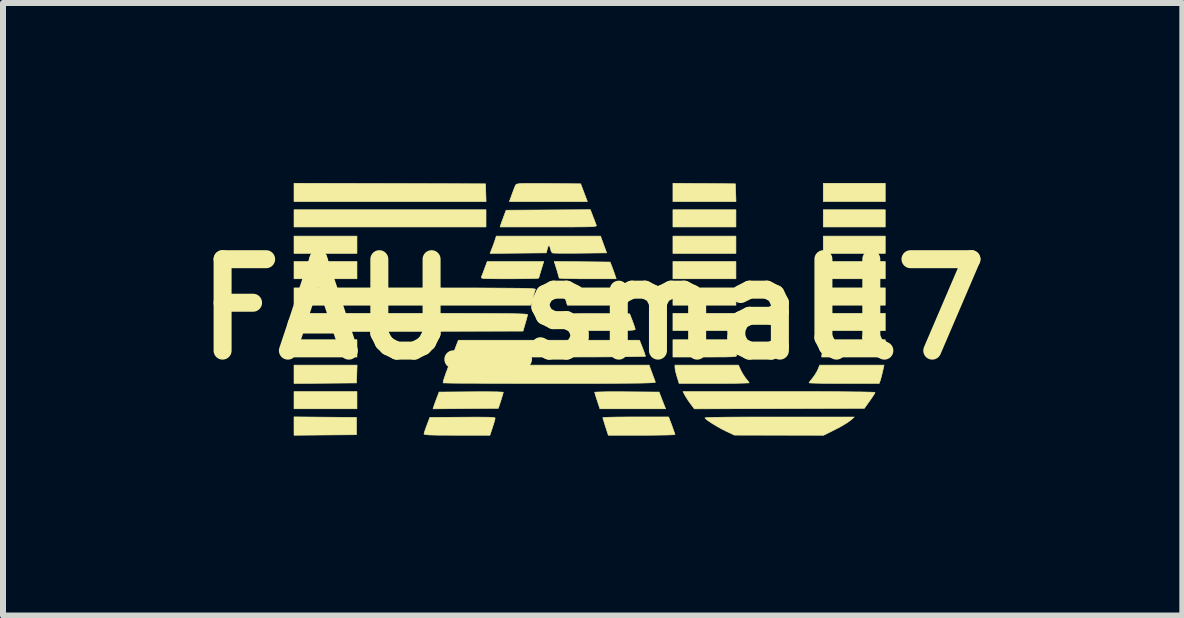
<source format=kicad_pcb>
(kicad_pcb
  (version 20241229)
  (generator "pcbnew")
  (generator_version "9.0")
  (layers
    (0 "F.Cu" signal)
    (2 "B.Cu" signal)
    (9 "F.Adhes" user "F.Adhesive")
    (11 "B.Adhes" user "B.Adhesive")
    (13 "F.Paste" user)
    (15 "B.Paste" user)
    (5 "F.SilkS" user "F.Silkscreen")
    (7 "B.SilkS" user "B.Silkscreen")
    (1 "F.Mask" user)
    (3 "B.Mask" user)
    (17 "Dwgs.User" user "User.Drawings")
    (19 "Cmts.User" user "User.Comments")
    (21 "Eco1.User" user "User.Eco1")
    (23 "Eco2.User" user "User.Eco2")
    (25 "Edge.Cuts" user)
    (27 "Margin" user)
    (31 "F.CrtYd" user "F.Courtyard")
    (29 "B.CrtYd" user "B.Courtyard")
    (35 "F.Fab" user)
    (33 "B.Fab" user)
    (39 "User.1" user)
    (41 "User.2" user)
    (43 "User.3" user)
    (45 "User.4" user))
  (footprint "FAU_small7"
    (layer "F.Cu")
    (at 6.829 2.105)
    (property "Reference" "FAU_small7" (at 0 0 0) (layer "F.SilkS") (effects (font (size 1.524 1.524) (thickness 0.3))))
    (attr through_hole)
    (fp_poly (pts (xy -3.937 1.803) (xy -3.937 2.091) (xy -4.978 2.1) (xy -4.978 1.794) (xy -3.937 1.803)) (stroke (width 0.01) (type solid)) (fill yes) (layer "F.SilkS"))
    (fp_poly (pts (xy -3.929 -0.931) (xy -4.978 -0.931) (xy -4.978 -1.219) (xy -3.929 -1.219) (xy -3.929 -0.931)) (stroke (width 0.01) (type solid)) (fill yes) (layer "F.SilkS"))
    (fp_poly (pts (xy -3.929 -0.508) (xy -4.978 -0.508) (xy -4.978 -0.796) (xy -3.929 -0.796) (xy -3.929 -0.508)) (stroke (width 0.01) (type solid)) (fill yes) (layer "F.SilkS"))
    (fp_poly (pts (xy -3.929 0.796) (xy -4.978 0.796) (xy -4.978 0.508) (xy -3.929 0.508) (xy -3.929 0.796)) (stroke (width 0.01) (type solid)) (fill yes) (layer "F.SilkS"))
    (fp_poly (pts (xy -3.929 1.659) (xy -4.978 1.659) (xy -4.978 1.372) (xy -3.929 1.372) (xy -3.929 1.659)) (stroke (width 0.01) (type solid)) (fill yes) (layer "F.SilkS"))
    (fp_poly (pts (xy -1.778 -1.372) (xy -4.978 -1.372) (xy -4.978 -1.659) (xy -1.778 -1.659) (xy -1.778 -1.372)) (stroke (width 0.01) (type solid)) (fill yes) (layer "F.SilkS"))
    (fp_poly (pts (xy 2.388 -1.372) (xy 1.338 -1.372) (xy 1.338 -1.659) (xy 2.388 -1.659) (xy 2.388 -1.372)) (stroke (width 0.01) (type solid)) (fill yes) (layer "F.SilkS"))
    (fp_poly (pts (xy 2.388 -0.931) (xy 1.338 -0.931) (xy 1.338 -1.219) (xy 2.388 -1.219) (xy 2.388 -0.931)) (stroke (width 0.01) (type solid)) (fill yes) (layer "F.SilkS"))
    (fp_poly (pts (xy 2.388 -0.508) (xy 1.338 -0.508) (xy 1.338 -0.796) (xy 2.388 -0.796) (xy 2.388 -0.508)) (stroke (width 0.01) (type solid)) (fill yes) (layer "F.SilkS"))
    (fp_poly (pts (xy 2.388 -0.068) (xy 1.338 -0.068) (xy 1.338 -0.356) (xy 2.388 -0.356) (xy 2.388 -0.068)) (stroke (width 0.01) (type solid)) (fill yes) (layer "F.SilkS"))
    (fp_poly (pts (xy 2.388 0.356) (xy 1.338 0.356) (xy 1.338 0.068) (xy 2.388 0.068) (xy 2.388 0.356)) (stroke (width 0.01) (type solid)) (fill yes) (layer "F.SilkS"))
    (fp_poly (pts (xy 4.877 -1.795) (xy 3.844 -1.795) (xy 3.844 -2.1) (xy 4.877 -2.1) (xy 4.877 -1.795)) (stroke (width 0.01) (type solid)) (fill yes) (layer "F.SilkS"))
    (fp_poly (pts (xy 4.877 -1.372) (xy 3.844 -1.372) (xy 3.844 -1.659) (xy 4.877 -1.659) (xy 4.877 -1.372)) (stroke (width 0.01) (type solid)) (fill yes) (layer "F.SilkS"))
    (fp_poly (pts (xy 4.877 -0.931) (xy 3.844 -0.931) (xy 3.844 -1.219) (xy 4.877 -1.219) (xy 4.877 -0.931)) (stroke (width 0.01) (type solid)) (fill yes) (layer "F.SilkS"))
    (fp_poly (pts (xy 4.877 -0.508) (xy 3.844 -0.508) (xy 3.844 -0.796) (xy 4.877 -0.796) (xy 4.877 -0.508)) (stroke (width 0.01) (type solid)) (fill yes) (layer "F.SilkS"))
    (fp_poly (pts (xy 4.877 -0.068) (xy 3.844 -0.068) (xy 3.844 -0.356) (xy 4.877 -0.356) (xy 4.877 -0.068)) (stroke (width 0.01) (type solid)) (fill yes) (layer "F.SilkS"))
    (fp_poly (pts (xy 4.877 0.356) (xy 3.844 0.356) (xy 3.844 0.068) (xy 4.877 0.068) (xy 4.877 0.356)) (stroke (width 0.01) (type solid)) (fill yes) (layer "F.SilkS"))
    (fp_poly (pts (xy -3.932 1.079) (xy -3.937 1.228) (xy -4.978 1.237) (xy -4.978 0.931) (xy -3.927 0.931) (xy -3.932 1.079)) (stroke (width 0.01) (type solid)) (fill yes) (layer "F.SilkS"))
    (fp_poly (pts (xy -3.382 -2.096) (xy -1.786 -2.091) (xy -1.777 -1.795) (xy -4.978 -1.795) (xy -4.978 -2.1) (xy -3.382 -2.096)) (stroke (width 0.01) (type solid)) (fill yes) (layer "F.SilkS"))
    (fp_poly (pts (xy 1.858 -2.096) (xy 2.379 -2.091) (xy 2.389 -1.795) (xy 1.338 -1.795) (xy 1.338 -2.1) (xy 1.858 -2.096)) (stroke (width 0.01) (type solid)) (fill yes) (layer "F.SilkS"))
    (fp_poly (pts (xy 0.498 1.375) (xy 0.57 1.376) (xy 1.107 1.38) (xy 1.161 1.52) (xy 1.216 1.659) (xy 0.121 1.659) (xy 0.078 1.528) (xy 0.057 1.466) (xy 0.042 1.416) (xy 0.034 1.387) (xy 0.034 1.384) (xy 0.05 1.381) (xy 0.096 1.379) (xy 0.168 1.377) (xy 0.262 1.375) (xy 0.373 1.375) (xy 0.498 1.375)) (stroke (width 0.01) (type solid)) (fill yes) (layer "F.SilkS"))
    (fp_poly (pts (xy 2.388 0.625) (xy 2.389 0.688) (xy 2.393 0.74) (xy 2.398 0.769) (xy 2.398 0.777) (xy 2.39 0.783) (xy 2.37 0.787) (xy 2.336 0.791) (xy 2.283 0.793) (xy 2.209 0.795) (xy 2.109 0.795) (xy 1.982 0.796) (xy 1.873 0.796) (xy 1.338 0.796) (xy 1.338 0.508) (xy 2.388 0.508) (xy 2.388 0.625)) (stroke (width 0.01) (type solid)) (fill yes) (layer "F.SilkS"))
    (fp_poly (pts (xy 4.877 0.796) (xy 3.817 0.796) (xy 3.829 0.682) (xy 3.836 0.619) (xy 3.841 0.566) (xy 3.843 0.538) (xy 3.845 0.529) (xy 3.854 0.523) (xy 3.872 0.518) (xy 3.903 0.514) (xy 3.951 0.511) (xy 4.02 0.509) (xy 4.112 0.508) (xy 4.232 0.508) (xy 4.36 0.508) (xy 4.877 0.508) (xy 4.877 0.796)) (stroke (width 0.01) (type solid)) (fill yes) (layer "F.SilkS"))
    (fp_poly (pts (xy -0.882 -2.097) (xy -0.734 -2.096) (xy -0.2 -2.091) (xy -0.144 -1.943) (xy -0.088 -1.795) (xy -1.388 -1.795) (xy -1.344 -1.918) (xy -1.321 -1.981) (xy -1.3 -2.035) (xy -1.285 -2.068) (xy -1.284 -2.07) (xy -1.278 -2.079) (xy -1.266 -2.085) (xy -1.245 -2.09) (xy -1.212 -2.094) (xy -1.163 -2.096) (xy -1.094 -2.097) (xy -1.001 -2.097) (xy -0.882 -2.097)) (stroke (width 0.01) (type solid)) (fill yes) (layer "F.SilkS"))
    (fp_poly (pts (xy -1.775 1.375) (xy -1.672 1.376) (xy -1.588 1.377) (xy -1.528 1.38) (xy -1.495 1.382) (xy -1.49 1.384) (xy -1.495 1.405) (xy -1.508 1.45) (xy -1.526 1.509) (xy -1.531 1.524) (xy -1.572 1.651) (xy -2.116 1.655) (xy -2.661 1.66) (xy -2.649 1.622) (xy -2.637 1.586) (xy -2.617 1.531) (xy -2.599 1.482) (xy -2.56 1.38) (xy -2.025 1.376) (xy -1.895 1.375) (xy -1.775 1.375)) (stroke (width 0.01) (type solid)) (fill yes) (layer "F.SilkS"))
    (fp_poly (pts (xy -0.175 -0.792) (xy 0.291 -0.787) (xy 0.33 -0.686) (xy 0.352 -0.626) (xy 0.37 -0.574) (xy 0.38 -0.546) (xy 0.392 -0.508) (xy -0.084 -0.508) (xy -0.206 -0.508) (xy -0.318 -0.51) (xy -0.413 -0.512) (xy -0.487 -0.514) (xy -0.537 -0.517) (xy -0.559 -0.52) (xy -0.559 -0.521) (xy -0.564 -0.542) (xy -0.577 -0.587) (xy -0.594 -0.647) (xy -0.6 -0.665) (xy -0.641 -0.796) (xy -0.175 -0.792)) (stroke (width 0.01) (type solid)) (fill yes) (layer "F.SilkS"))
    (fp_poly (pts (xy 2.469 1.017) (xy 2.502 1.078) (xy 2.541 1.137) (xy 2.558 1.159) (xy 2.588 1.195) (xy 2.606 1.221) (xy 2.608 1.226) (xy 2.591 1.228) (xy 2.545 1.23) (xy 2.473 1.232) (xy 2.378 1.234) (xy 2.265 1.235) (xy 2.137 1.236) (xy 2.024 1.236) (xy 1.441 1.236) (xy 1.406 1.124) (xy 1.388 1.061) (xy 1.376 1.006) (xy 1.372 0.972) (xy 1.372 0.931) (xy 2.43 0.931) (xy 2.469 1.017)) (stroke (width 0.01) (type solid)) (fill yes) (layer "F.SilkS"))
    (fp_poly (pts (xy 4.831 1.046) (xy 4.815 1.11) (xy 4.801 1.165) (xy 4.79 1.198) (xy 4.776 1.236) (xy 4.191 1.236) (xy 4.055 1.236) (xy 3.929 1.235) (xy 3.819 1.234) (xy 3.728 1.232) (xy 3.659 1.23) (xy 3.618 1.228) (xy 3.607 1.226) (xy 3.617 1.209) (xy 3.643 1.175) (xy 3.665 1.148) (xy 3.707 1.091) (xy 3.744 1.028) (xy 3.754 1.005) (xy 3.785 0.931) (xy 4.321 0.931) (xy 4.857 0.931) (xy 4.831 1.046)) (stroke (width 0.01) (type solid)) (fill yes) (layer "F.SilkS"))
    (fp_poly (pts (xy 3.353 1.372) (xy 3.586 1.372) (xy 3.802 1.373) (xy 4 1.374) (xy 4.177 1.375) (xy 4.332 1.377) (xy 4.464 1.378) (xy 4.569 1.38) (xy 4.646 1.382) (xy 4.693 1.384) (xy 4.707 1.387) (xy 4.698 1.406) (xy 4.673 1.446) (xy 4.637 1.499) (xy 4.618 1.526) (xy 4.529 1.651) (xy 1.695 1.66) (xy 1.628 1.571) (xy 1.588 1.514) (xy 1.553 1.459) (xy 1.534 1.427) (xy 1.506 1.372) (xy 3.107 1.372) (xy 3.353 1.372)) (stroke (width 0.01) (type solid)) (fill yes) (layer "F.SilkS"))
    (fp_poly (pts (xy -2.722 0.068) (xy -2.446 0.068) (xy -2.2 0.068) (xy -1.983 0.069) (xy -1.794 0.07) (xy -1.632 0.071) (xy -1.494 0.072) (xy -1.378 0.073) (xy -1.285 0.075) (xy -1.211 0.077) (xy -1.156 0.079) (xy -1.118 0.082) (xy -1.095 0.085) (xy -1.085 0.088) (xy -1.085 0.089) (xy -1.09 0.114) (xy -1.103 0.163) (xy -1.12 0.225) (xy -1.124 0.237) (xy -1.161 0.364) (xy -3.07 0.368) (xy -4.978 0.373) (xy -4.978 0.068) (xy -3.031 0.068) (xy -2.722 0.068)) (stroke (width 0.01) (type solid)) (fill yes) (layer "F.SilkS"))
    (fp_poly (pts (xy -2.653 -0.356) (xy -2.376 -0.355) (xy -2.13 -0.355) (xy -1.913 -0.355) (xy -1.723 -0.354) (xy -1.558 -0.353) (xy -1.418 -0.352) (xy -1.299 -0.351) (xy -1.202 -0.35) (xy -1.123 -0.348) (xy -1.061 -0.346) (xy -1.015 -0.344) (xy -0.983 -0.341) (xy -0.964 -0.338) (xy -0.955 -0.335) (xy -0.954 -0.332) (xy -0.963 -0.305) (xy -0.978 -0.256) (xy -0.997 -0.195) (xy -0.998 -0.188) (xy -1.034 -0.068) (xy -4.978 -0.068) (xy -4.978 -0.356) (xy -2.962 -0.356) (xy -2.653 -0.356)) (stroke (width 0.01) (type solid)) (fill yes) (layer "F.SilkS"))
    (fp_poly (pts (xy 0.005 -1.545) (xy 0.029 -1.484) (xy 0.048 -1.433) (xy 0.06 -1.402) (xy 0.06 -1.401) (xy 0.061 -1.394) (xy 0.057 -1.389) (xy 0.044 -1.384) (xy 0.021 -1.38) (xy -0.016 -1.377) (xy -0.07 -1.375) (xy -0.143 -1.374) (xy -0.238 -1.373) (xy -0.358 -1.372) (xy -0.505 -1.372) (xy -0.683 -1.372) (xy -0.736 -1.372) (xy -1.543 -1.372) (xy -1.531 -1.41) (xy -1.519 -1.446) (xy -1.499 -1.5) (xy -1.481 -1.549) (xy -1.443 -1.651) (xy -0.039 -1.66) (xy 0.005 -1.545)) (stroke (width 0.01) (type solid)) (fill yes) (layer "F.SilkS"))
    (fp_poly (pts (xy 0.182 -1.079) (xy 0.233 -0.94) (xy -0.209 -0.935) (xy -0.329 -0.934) (xy -0.438 -0.934) (xy -0.532 -0.934) (xy -0.605 -0.935) (xy -0.653 -0.937) (xy -0.672 -0.939) (xy -0.688 -0.959) (xy -0.702 -0.999) (xy -0.704 -1.007) (xy -0.716 -1.052) (xy -0.73 -1.064) (xy -0.745 -1.042) (xy -0.757 -1.003) (xy -0.772 -0.94) (xy -1.71 -0.931) (xy -1.679 -1.011) (xy -1.655 -1.074) (xy -1.633 -1.136) (xy -1.627 -1.156) (xy -1.606 -1.219) (xy 0.131 -1.219) (xy 0.182 -1.079)) (stroke (width 0.01) (type solid)) (fill yes) (layer "F.SilkS"))
    (fp_poly (pts (xy 4.36 1.796) (xy 4.293 1.855) (xy 4.25 1.886) (xy 4.186 1.926) (xy 4.109 1.97) (xy 4.037 2.007) (xy 3.85 2.1) (xy 3.106 2.099) (xy 2.362 2.098) (xy 2.225 2.033) (xy 2.153 1.997) (xy 2.076 1.954) (xy 2.003 1.91) (xy 1.94 1.869) (xy 1.893 1.834) (xy 1.871 1.812) (xy 1.886 1.808) (xy 1.934 1.805) (xy 2.016 1.802) (xy 2.132 1.8) (xy 2.282 1.798) (xy 2.466 1.797) (xy 2.684 1.796) (xy 2.935 1.796) (xy 3.111 1.796) (xy 4.36 1.796)) (stroke (width 0.01) (type solid)) (fill yes) (layer "F.SilkS"))
    (fp_poly (pts (xy 0.034 0.071) (xy 0.122 0.072) (xy 0.617 0.076) (xy 0.663 0.195) (xy 0.685 0.255) (xy 0.702 0.304) (xy 0.71 0.333) (xy 0.71 0.334) (xy 0.703 0.341) (xy 0.68 0.346) (xy 0.637 0.35) (xy 0.573 0.352) (xy 0.483 0.354) (xy 0.365 0.355) (xy 0.217 0.356) (xy 0.207 0.356) (xy -0.298 0.356) (xy -0.335 0.229) (xy -0.353 0.167) (xy -0.366 0.116) (xy -0.372 0.087) (xy -0.373 0.085) (xy -0.356 0.079) (xy -0.308 0.075) (xy -0.227 0.072) (xy -0.113 0.071) (xy 0.034 0.071)) (stroke (width 0.01) (type solid)) (fill yes) (layer "F.SilkS"))
    (fp_poly (pts (xy 1.319 1.935) (xy 1.342 2) (xy 1.36 2.051) (xy 1.371 2.083) (xy 1.372 2.088) (xy 1.355 2.091) (xy 1.309 2.093) (xy 1.237 2.096) (xy 1.143 2.097) (xy 1.031 2.099) (xy 0.905 2.1) (xy 0.816 2.1) (xy 0.261 2.1) (xy 0.215 1.959) (xy 0.195 1.894) (xy 0.179 1.843) (xy 0.17 1.811) (xy 0.169 1.807) (xy 0.186 1.804) (xy 0.232 1.801) (xy 0.304 1.799) (xy 0.398 1.797) (xy 0.51 1.796) (xy 0.635 1.795) (xy 0.717 1.795) (xy 1.266 1.795) (xy 1.319 1.935)) (stroke (width 0.01) (type solid)) (fill yes) (layer "F.SilkS"))
    (fp_poly (pts (xy -0.856 -0.665) (xy -0.875 -0.602) (xy -0.89 -0.552) (xy -0.897 -0.524) (xy -0.897 -0.521) (xy -0.914 -0.517) (xy -0.959 -0.514) (xy -1.031 -0.512) (xy -1.123 -0.51) (xy -1.233 -0.509) (xy -1.355 -0.508) (xy -1.382 -0.508) (xy -1.523 -0.508) (xy -1.633 -0.509) (xy -1.717 -0.51) (xy -1.777 -0.512) (xy -1.818 -0.514) (xy -1.842 -0.519) (xy -1.854 -0.524) (xy -1.856 -0.532) (xy -1.854 -0.538) (xy -1.843 -0.568) (xy -1.823 -0.619) (xy -1.801 -0.68) (xy -1.8 -0.682) (xy -1.757 -0.796) (xy -0.815 -0.796) (xy -0.856 -0.665)) (stroke (width 0.01) (type solid)) (fill yes) (layer "F.SilkS"))
    (fp_poly (pts (xy 0.507 -0.219) (xy 0.53 -0.156) (xy 0.548 -0.107) (xy 0.558 -0.079) (xy 0.559 -0.075) (xy 0.543 -0.073) (xy 0.497 -0.071) (xy 0.425 -0.07) (xy 0.333 -0.069) (xy 0.223 -0.068) (xy 0.101 -0.068) (xy 0.068 -0.068) (xy -0.422 -0.068) (xy -0.458 -0.188) (xy -0.477 -0.251) (xy -0.492 -0.301) (xy -0.502 -0.331) (xy -0.503 -0.332) (xy -0.501 -0.339) (xy -0.486 -0.345) (xy -0.456 -0.349) (xy -0.407 -0.352) (xy -0.336 -0.354) (xy -0.239 -0.355) (xy -0.114 -0.356) (xy -0.029 -0.356) (xy 0.454 -0.356) (xy 0.507 -0.219)) (stroke (width 0.01) (type solid)) (fill yes) (layer "F.SilkS"))
    (fp_poly (pts (xy -1.791 1.799) (xy -1.72 1.8) (xy -1.67 1.803) (xy -1.64 1.807) (xy -1.627 1.813) (xy -1.626 1.816) (xy -1.631 1.841) (xy -1.644 1.889) (xy -1.664 1.951) (xy -1.669 1.968) (xy -1.713 2.1) (xy -2.262 2.1) (xy -2.419 2.099) (xy -2.545 2.099) (xy -2.643 2.097) (xy -2.715 2.095) (xy -2.766 2.091) (xy -2.796 2.087) (xy -2.81 2.081) (xy -2.811 2.078) (xy -2.805 2.053) (xy -2.79 2.006) (xy -2.768 1.945) (xy -2.762 1.93) (xy -2.714 1.803) (xy -2.17 1.799) (xy -2.013 1.798) (xy -1.888 1.798) (xy -1.791 1.799)) (stroke (width 0.01) (type solid)) (fill yes) (layer "F.SilkS"))
    (fp_poly (pts (xy 0.831 0.643) (xy 0.854 0.704) (xy 0.871 0.753) (xy 0.88 0.78) (xy 0.88 0.783) (xy 0.864 0.785) (xy 0.816 0.787) (xy 0.739 0.788) (xy 0.634 0.79) (xy 0.506 0.791) (xy 0.355 0.793) (xy 0.184 0.794) (xy -0.005 0.795) (xy -0.208 0.795) (xy -0.425 0.796) (xy -0.652 0.796) (xy -0.728 0.796) (xy -0.958 0.796) (xy -1.179 0.795) (xy -1.387 0.795) (xy -1.581 0.794) (xy -1.758 0.793) (xy -1.915 0.792) (xy -2.051 0.79) (xy -2.164 0.789) (xy -2.25 0.787) (xy -2.308 0.785) (xy -2.335 0.784) (xy -2.337 0.783) (xy -2.331 0.762) (xy -2.316 0.718) (xy -2.294 0.66) (xy -2.288 0.643) (xy -2.239 0.516) (xy 0.781 0.516) (xy 0.831 0.643)) (stroke (width 0.01) (type solid)) (fill yes) (layer "F.SilkS"))
    (fp_poly (pts (xy 0.989 1.063) (xy 1.013 1.126) (xy 1.032 1.179) (xy 1.044 1.211) (xy 1.046 1.215) (xy 1.041 1.218) (xy 1.023 1.222) (xy 0.989 1.224) (xy 0.939 1.227) (xy 0.871 1.229) (xy 0.783 1.231) (xy 0.674 1.232) (xy 0.541 1.233) (xy 0.383 1.234) (xy 0.199 1.235) (xy -0.012 1.236) (xy -0.254 1.236) (xy -0.527 1.236) (xy -0.715 1.236) (xy -0.957 1.236) (xy -1.189 1.236) (xy -1.41 1.235) (xy -1.616 1.235) (xy -1.806 1.234) (xy -1.977 1.233) (xy -2.128 1.233) (xy -2.256 1.232) (xy -2.359 1.231) (xy -2.434 1.229) (xy -2.479 1.228) (xy -2.493 1.227) (xy -2.491 1.208) (xy -2.48 1.166) (xy -2.46 1.107) (xy -2.449 1.075) (xy -2.396 0.932) (xy -0.728 0.931) (xy 0.941 0.931) (xy 0.989 1.063)) (stroke (width 0.01) (type solid)) (fill yes) (layer "F.SilkS")))
  (gr_rect
    (start -3 -3)
    (end 16.658 7.21)
    (stroke (width 0.1) (type default))
    (fill no)
    (layer "Edge.Cuts")))
</source>
